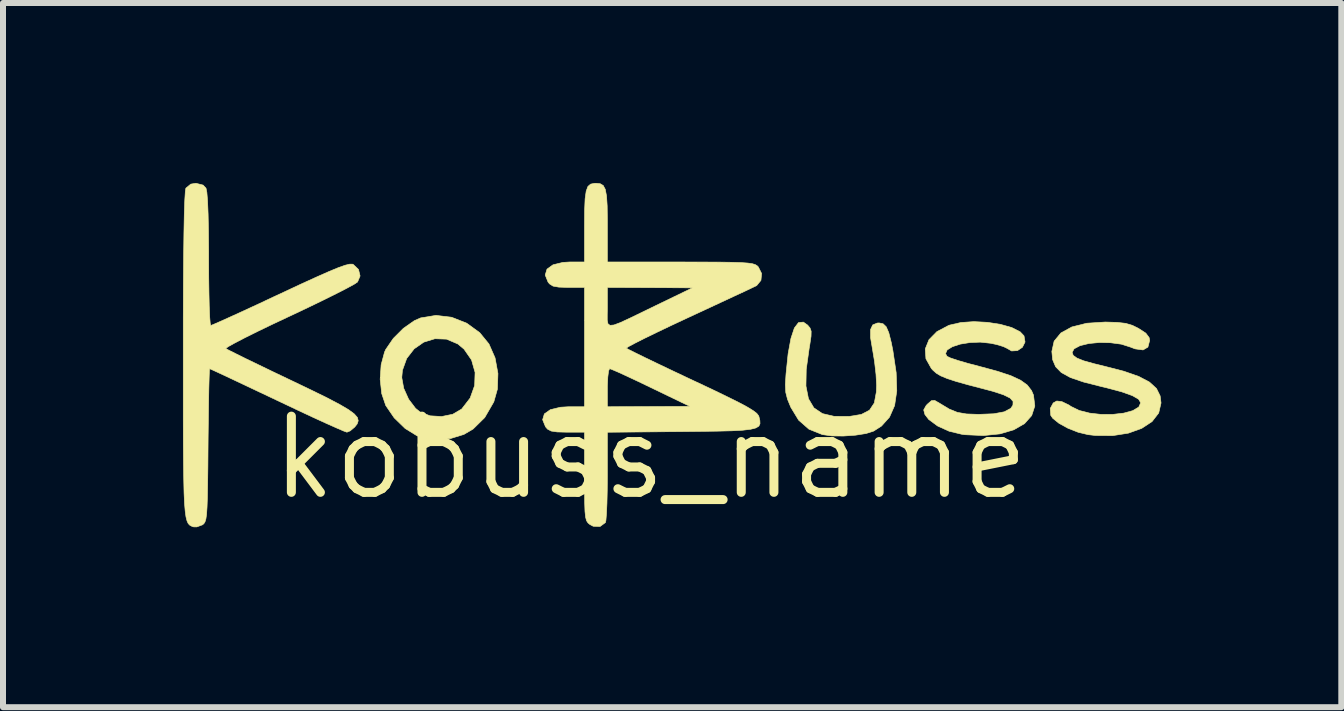
<source format=kicad_pcb>
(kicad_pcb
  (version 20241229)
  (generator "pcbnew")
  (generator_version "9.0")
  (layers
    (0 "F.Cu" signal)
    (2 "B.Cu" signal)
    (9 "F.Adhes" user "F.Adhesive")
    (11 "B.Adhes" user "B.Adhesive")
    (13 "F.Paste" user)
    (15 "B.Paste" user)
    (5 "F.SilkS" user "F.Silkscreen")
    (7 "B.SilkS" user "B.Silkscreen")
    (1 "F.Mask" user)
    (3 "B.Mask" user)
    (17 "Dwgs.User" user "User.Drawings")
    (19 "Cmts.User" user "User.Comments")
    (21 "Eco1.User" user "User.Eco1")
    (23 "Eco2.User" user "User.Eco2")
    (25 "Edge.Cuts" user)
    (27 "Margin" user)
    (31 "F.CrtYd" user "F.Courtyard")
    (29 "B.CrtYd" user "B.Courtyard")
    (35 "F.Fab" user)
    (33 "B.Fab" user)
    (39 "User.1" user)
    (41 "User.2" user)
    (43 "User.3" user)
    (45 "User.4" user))
  (footprint "kobuss_name"
    (layer "F.Cu")
    (at 7.794 4.577)
    (property "Reference" "kobuss_name" (at 0 0 0) (layer "F.SilkS") (effects (font (size 1.27 1.27) (thickness 0.15))))
    (attr through_hole)
    (fp_poly (pts (xy -3.314 -2.338) (xy -3.065 -2.24) (xy -2.848 -2.082) (xy -2.694 -1.894) (xy -2.592 -1.662) (xy -2.544 -1.401) (xy -2.553 -1.14) (xy -2.613 -0.928) (xy -2.764 -0.667) (xy -2.958 -0.476) (xy -3.111 -0.386) (xy -3.335 -0.317) (xy -3.582 -0.3) (xy -3.816 -0.336) (xy -3.895 -0.364) (xy -4.091 -0.485) (xy -4.273 -0.662) (xy -4.414 -0.868) (xy -4.481 -1.066) (xy -4.507 -1.304) (xy -4.505 -1.333) (xy -4.147 -1.333) (xy -4.115 -1.155) (xy -4.033 -0.973) (xy -3.918 -0.821) (xy -3.844 -0.761) (xy -3.676 -0.696) (xy -3.483 -0.684) (xy -3.297 -0.722) (xy -3.15 -0.808) (xy -3.149 -0.808) (xy -3.007 -0.992) (xy -2.932 -1.202) (xy -2.925 -1.42) (xy -2.984 -1.627) (xy -3.109 -1.807) (xy -3.213 -1.894) (xy -3.401 -1.974) (xy -3.594 -1.981) (xy -3.78 -1.924) (xy -3.941 -1.812) (xy -4.065 -1.652) (xy -4.136 -1.455) (xy -4.147 -1.333) (xy -4.505 -1.333) (xy -4.491 -1.546) (xy -4.434 -1.758) (xy -4.414 -1.802) (xy -4.288 -1.986) (xy -4.12 -2.154) (xy -3.937 -2.282) (xy -3.832 -2.328) (xy -3.576 -2.37) (xy -3.314 -2.338)) (stroke (width 0.01) (type solid)) (fill yes) (layer "F.SilkS"))
    (fp_poly (pts (xy 2.618 -2.208) (xy 2.658 -2.16) (xy 2.677 -2.106) (xy 2.675 -2.022) (xy 2.655 -1.887) (xy 2.643 -1.815) (xy 2.595 -1.469) (xy 2.59 -1.193) (xy 2.632 -0.981) (xy 2.722 -0.829) (xy 2.864 -0.733) (xy 3.06 -0.687) (xy 3.313 -0.686) (xy 3.514 -0.719) (xy 3.65 -0.79) (xy 3.73 -0.911) (xy 3.764 -1.094) (xy 3.768 -1.204) (xy 3.758 -1.387) (xy 3.733 -1.604) (xy 3.701 -1.797) (xy 3.667 -1.999) (xy 3.667 -2.134) (xy 3.703 -2.211) (xy 3.778 -2.242) (xy 3.81 -2.244) (xy 3.876 -2.23) (xy 3.928 -2.18) (xy 3.971 -2.081) (xy 4.012 -1.919) (xy 4.039 -1.784) (xy 4.094 -1.415) (xy 4.104 -1.111) (xy 4.068 -0.867) (xy 3.983 -0.674) (xy 3.849 -0.525) (xy 3.718 -0.441) (xy 3.593 -0.401) (xy 3.415 -0.373) (xy 3.214 -0.359) (xy 3.02 -0.361) (xy 2.865 -0.383) (xy 2.864 -0.383) (xy 2.64 -0.473) (xy 2.468 -0.624) (xy 2.338 -0.838) (xy 2.283 -0.971) (xy 2.254 -1.085) (xy 2.247 -1.214) (xy 2.258 -1.392) (xy 2.293 -1.731) (xy 2.34 -1.987) (xy 2.397 -2.159) (xy 2.466 -2.25) (xy 2.547 -2.258) (xy 2.618 -2.208)) (stroke (width 0.01) (type solid)) (fill yes) (layer "F.SilkS"))
    (fp_poly (pts (xy 7.582 -2.259) (xy 7.779 -2.253) (xy 7.92 -2.237) (xy 8.033 -2.203) (xy 8.132 -2.154) (xy 8.255 -2.074) (xy 8.311 -1.999) (xy 8.319 -1.951) (xy 8.29 -1.841) (xy 8.209 -1.794) (xy 8.076 -1.812) (xy 8.001 -1.841) (xy 7.848 -1.89) (xy 7.668 -1.914) (xy 7.481 -1.918) (xy 7.305 -1.901) (xy 7.158 -1.865) (xy 7.06 -1.813) (xy 7.027 -1.753) (xy 7.045 -1.703) (xy 7.107 -1.658) (xy 7.222 -1.612) (xy 7.403 -1.562) (xy 7.563 -1.523) (xy 7.889 -1.439) (xy 8.138 -1.352) (xy 8.316 -1.258) (xy 8.433 -1.151) (xy 8.494 -1.028) (xy 8.509 -0.91) (xy 8.47 -0.743) (xy 8.359 -0.6) (xy 8.187 -0.487) (xy 7.965 -0.407) (xy 7.704 -0.366) (xy 7.415 -0.368) (xy 7.293 -0.382) (xy 7.127 -0.422) (xy 6.957 -0.489) (xy 6.808 -0.571) (xy 6.704 -0.655) (xy 6.671 -0.703) (xy 6.662 -0.818) (xy 6.712 -0.91) (xy 6.771 -0.943) (xy 6.857 -0.932) (xy 6.973 -0.876) (xy 7.008 -0.852) (xy 7.145 -0.785) (xy 7.318 -0.741) (xy 7.512 -0.719) (xy 7.708 -0.72) (xy 7.889 -0.741) (xy 8.038 -0.782) (xy 8.138 -0.842) (xy 8.17 -0.913) (xy 8.136 -0.972) (xy 8.032 -1.032) (xy 7.853 -1.096) (xy 7.594 -1.165) (xy 7.505 -1.186) (xy 7.214 -1.26) (xy 6.998 -1.334) (xy 6.847 -1.417) (xy 6.752 -1.514) (xy 6.702 -1.632) (xy 6.689 -1.769) (xy 6.727 -1.94) (xy 6.84 -2.077) (xy 7.022 -2.177) (xy 7.27 -2.239) (xy 7.58 -2.259) (xy 7.582 -2.259)) (stroke (width 0.01) (type solid)) (fill yes) (layer "F.SilkS"))
    (fp_poly (pts (xy 5.616 -2.254) (xy 5.833 -2.22) (xy 6.021 -2.167) (xy 6.161 -2.096) (xy 6.225 -2.028) (xy 6.242 -1.926) (xy 6.198 -1.838) (xy 6.116 -1.783) (xy 6.018 -1.777) (xy 5.944 -1.82) (xy 5.882 -1.85) (xy 5.765 -1.885) (xy 5.671 -1.905) (xy 5.497 -1.924) (xy 5.322 -1.917) (xy 5.162 -1.891) (xy 5.031 -1.848) (xy 4.944 -1.794) (xy 4.917 -1.733) (xy 4.941 -1.688) (xy 4.997 -1.661) (xy 5.118 -1.62) (xy 5.286 -1.571) (xy 5.484 -1.519) (xy 5.488 -1.518) (xy 5.784 -1.438) (xy 6.007 -1.364) (xy 6.168 -1.289) (xy 6.279 -1.209) (xy 6.35 -1.117) (xy 6.383 -1.041) (xy 6.405 -0.859) (xy 6.353 -0.7) (xy 6.234 -0.566) (xy 6.055 -0.463) (xy 5.825 -0.395) (xy 5.55 -0.367) (xy 5.24 -0.381) (xy 5.189 -0.388) (xy 4.977 -0.439) (xy 4.785 -0.526) (xy 4.637 -0.635) (xy 4.573 -0.718) (xy 4.553 -0.794) (xy 4.594 -0.868) (xy 4.616 -0.891) (xy 4.683 -0.949) (xy 4.737 -0.952) (xy 4.818 -0.905) (xy 4.977 -0.809) (xy 5.115 -0.753) (xy 5.265 -0.727) (xy 5.465 -0.72) (xy 5.469 -0.72) (xy 5.721 -0.73) (xy 5.897 -0.763) (xy 6.004 -0.82) (xy 6.04 -0.873) (xy 6.043 -0.936) (xy 5.993 -0.992) (xy 5.882 -1.047) (xy 5.7 -1.106) (xy 5.575 -1.139) (xy 5.299 -1.211) (xy 5.093 -1.269) (xy 4.943 -1.318) (xy 4.837 -1.362) (xy 4.762 -1.407) (xy 4.705 -1.458) (xy 4.68 -1.486) (xy 4.59 -1.647) (xy 4.579 -1.811) (xy 4.641 -1.965) (xy 4.773 -2.099) (xy 4.97 -2.203) (xy 4.986 -2.208) (xy 5.173 -2.251) (xy 5.389 -2.266) (xy 5.616 -2.254)) (stroke (width 0.01) (type solid)) (fill yes) (layer "F.SilkS"))
    (fp_poly (pts (xy -7.459 -4.542) (xy -7.41 -4.49) (xy -7.396 -4.421) (xy -7.384 -4.274) (xy -7.375 -4.056) (xy -7.369 -3.775) (xy -7.366 -3.438) (xy -7.366 -3.305) (xy -7.365 -3.009) (xy -7.361 -2.743) (xy -7.356 -2.519) (xy -7.349 -2.346) (xy -7.34 -2.237) (xy -7.332 -2.201) (xy -7.286 -2.219) (xy -7.174 -2.268) (xy -7.005 -2.344) (xy -6.788 -2.443) (xy -6.535 -2.56) (xy -6.254 -2.692) (xy -6.167 -2.732) (xy -5.832 -2.889) (xy -5.564 -3.011) (xy -5.356 -3.103) (xy -5.201 -3.167) (xy -5.09 -3.206) (xy -5.015 -3.224) (xy -4.969 -3.224) (xy -4.956 -3.219) (xy -4.868 -3.135) (xy -4.842 -3.027) (xy -4.884 -2.927) (xy -4.939 -2.89) (xy -5.06 -2.824) (xy -5.237 -2.733) (xy -5.459 -2.623) (xy -5.717 -2.498) (xy -5.998 -2.365) (xy -6.031 -2.35) (xy -6.309 -2.219) (xy -6.558 -2.099) (xy -6.769 -1.994) (xy -6.932 -1.909) (xy -7.04 -1.849) (xy -7.081 -1.819) (xy -7.08 -1.817) (xy -7.035 -1.792) (xy -6.923 -1.736) (xy -6.756 -1.653) (xy -6.542 -1.55) (xy -6.292 -1.429) (xy -6.017 -1.298) (xy -5.996 -1.288) (xy -5.656 -1.125) (xy -5.387 -0.993) (xy -5.182 -0.885) (xy -5.034 -0.798) (xy -4.938 -0.727) (xy -4.886 -0.667) (xy -4.873 -0.613) (xy -4.891 -0.56) (xy -4.932 -0.508) (xy -5.007 -0.445) (xy -5.061 -0.423) (xy -5.112 -0.441) (xy -5.228 -0.491) (xy -5.401 -0.568) (xy -5.62 -0.668) (xy -5.875 -0.787) (xy -6.155 -0.92) (xy -6.225 -0.953) (xy -6.508 -1.087) (xy -6.766 -1.209) (xy -6.988 -1.314) (xy -7.165 -1.397) (xy -7.288 -1.454) (xy -7.347 -1.48) (xy -7.35 -1.482) (xy -7.354 -1.441) (xy -7.358 -1.326) (xy -7.363 -1.147) (xy -7.367 -0.914) (xy -7.371 -0.638) (xy -7.375 -0.329) (xy -7.376 -0.206) (xy -7.379 0.156) (xy -7.383 0.443) (xy -7.387 0.664) (xy -7.393 0.828) (xy -7.401 0.945) (xy -7.412 1.023) (xy -7.427 1.072) (xy -7.446 1.102) (xy -7.469 1.121) (xy -7.472 1.122) (xy -7.564 1.156) (xy -7.62 1.155) (xy -7.654 1.142) (xy -7.682 1.126) (xy -7.707 1.099) (xy -7.727 1.055) (xy -7.744 0.988) (xy -7.757 0.893) (xy -7.768 0.762) (xy -7.776 0.59) (xy -7.781 0.371) (xy -7.785 0.099) (xy -7.788 -0.233) (xy -7.789 -0.631) (xy -7.789 -1.1) (xy -7.789 -1.648) (xy -7.789 -1.704) (xy -7.789 -2.336) (xy -7.787 -2.889) (xy -7.783 -3.361) (xy -7.778 -3.752) (xy -7.772 -4.061) (xy -7.764 -4.288) (xy -7.755 -4.431) (xy -7.746 -4.49) (xy -7.664 -4.558) (xy -7.578 -4.572) (xy -7.459 -4.542)) (stroke (width 0.01) (type solid)) (fill yes) (layer "F.SilkS"))
    (fp_poly (pts (xy -0.84 -4.565) (xy -0.789 -4.535) (xy -0.755 -4.471) (xy -0.734 -4.361) (xy -0.723 -4.194) (xy -0.72 -3.958) (xy -0.72 -3.865) (xy -0.72 -3.26) (xy 0.501 -3.26) (xy 0.856 -3.259) (xy 1.136 -3.258) (xy 1.35 -3.255) (xy 1.508 -3.25) (xy 1.621 -3.242) (xy 1.697 -3.231) (xy 1.746 -3.216) (xy 1.778 -3.196) (xy 1.796 -3.178) (xy 1.851 -3.068) (xy 1.84 -2.954) (xy 1.769 -2.867) (xy 1.753 -2.859) (xy 1.692 -2.83) (xy 1.566 -2.77) (xy 1.384 -2.686) (xy 1.159 -2.581) (xy 0.901 -2.461) (xy 0.623 -2.332) (xy 0.349 -2.204) (xy 0.104 -2.087) (xy -0.104 -1.986) (xy -0.264 -1.905) (xy -0.367 -1.85) (xy -0.404 -1.824) (xy -0.404 -1.824) (xy -0.363 -1.8) (xy -0.255 -1.746) (xy -0.09 -1.665) (xy 0.122 -1.563) (xy 0.372 -1.444) (xy 0.649 -1.313) (xy 0.696 -1.291) (xy 1.022 -1.138) (xy 1.278 -1.014) (xy 1.473 -0.917) (xy 1.615 -0.841) (xy 1.711 -0.782) (xy 1.771 -0.736) (xy 1.8 -0.698) (xy 1.807 -0.681) (xy 1.822 -0.616) (xy 1.824 -0.564) (xy 1.805 -0.524) (xy 1.756 -0.494) (xy 1.67 -0.472) (xy 1.538 -0.456) (xy 1.353 -0.446) (xy 1.104 -0.44) (xy 0.785 -0.436) (xy 0.514 -0.433) (xy -0.72 -0.422) (xy -0.72 0.308) (xy -0.722 0.55) (xy -0.727 0.763) (xy -0.735 0.933) (xy -0.744 1.045) (xy -0.752 1.083) (xy -0.842 1.149) (xy -0.956 1.145) (xy -1.011 1.116) (xy -1.043 1.089) (xy -1.067 1.053) (xy -1.083 0.993) (xy -1.093 0.899) (xy -1.098 0.756) (xy -1.1 0.552) (xy -1.101 0.315) (xy -1.101 -0.423) (xy -1.395 -0.423) (xy -1.556 -0.427) (xy -1.656 -0.442) (xy -1.717 -0.474) (xy -1.751 -0.513) (xy -1.799 -0.631) (xy -1.77 -0.728) (xy -1.669 -0.799) (xy -1.502 -0.839) (xy -1.368 -0.847) (xy -1.101 -0.847) (xy -1.101 -1.164) (xy -0.72 -1.164) (xy -0.72 -0.847) (xy -0.032 -0.85) (xy 0.656 -0.853) (xy 0.005 -1.167) (xy -0.211 -1.271) (xy -0.401 -1.36) (xy -0.552 -1.429) (xy -0.651 -1.471) (xy -0.683 -1.482) (xy -0.7 -1.443) (xy -0.713 -1.34) (xy -0.72 -1.194) (xy -0.72 -1.164) (xy -1.101 -1.164) (xy -1.101 -2.378) (xy -0.722 -2.378) (xy -0.722 -2.289) (xy -0.71 -2.23) (xy -0.676 -2.204) (xy -0.611 -2.21) (xy -0.506 -2.249) (xy -0.35 -2.321) (xy -0.133 -2.426) (xy 0.085 -2.532) (xy 0.699 -2.829) (xy -0.011 -2.833) (xy -0.72 -2.836) (xy -0.72 -2.499) (xy -0.722 -2.378) (xy -1.101 -2.378) (xy -1.101 -2.836) (xy -1.373 -2.836) (xy -1.53 -2.841) (xy -1.625 -2.858) (xy -1.684 -2.895) (xy -1.709 -2.926) (xy -1.756 -3.043) (xy -1.726 -3.141) (xy -1.626 -3.213) (xy -1.462 -3.253) (xy -1.347 -3.26) (xy -1.101 -3.26) (xy -1.101 -3.865) (xy -1.099 -4.126) (xy -1.091 -4.314) (xy -1.073 -4.441) (xy -1.044 -4.519) (xy -0.999 -4.558) (xy -0.935 -4.571) (xy -0.91 -4.572) (xy -0.84 -4.565)) (stroke (width 0.01) (type solid)) (fill yes) (layer "F.SilkS")))
  (gr_rect
    (start -3 -3)
    (end 19.308 8.738)
    (stroke (width 0.1) (type default))
    (fill no)
    (layer "Edge.Cuts")))
</source>
